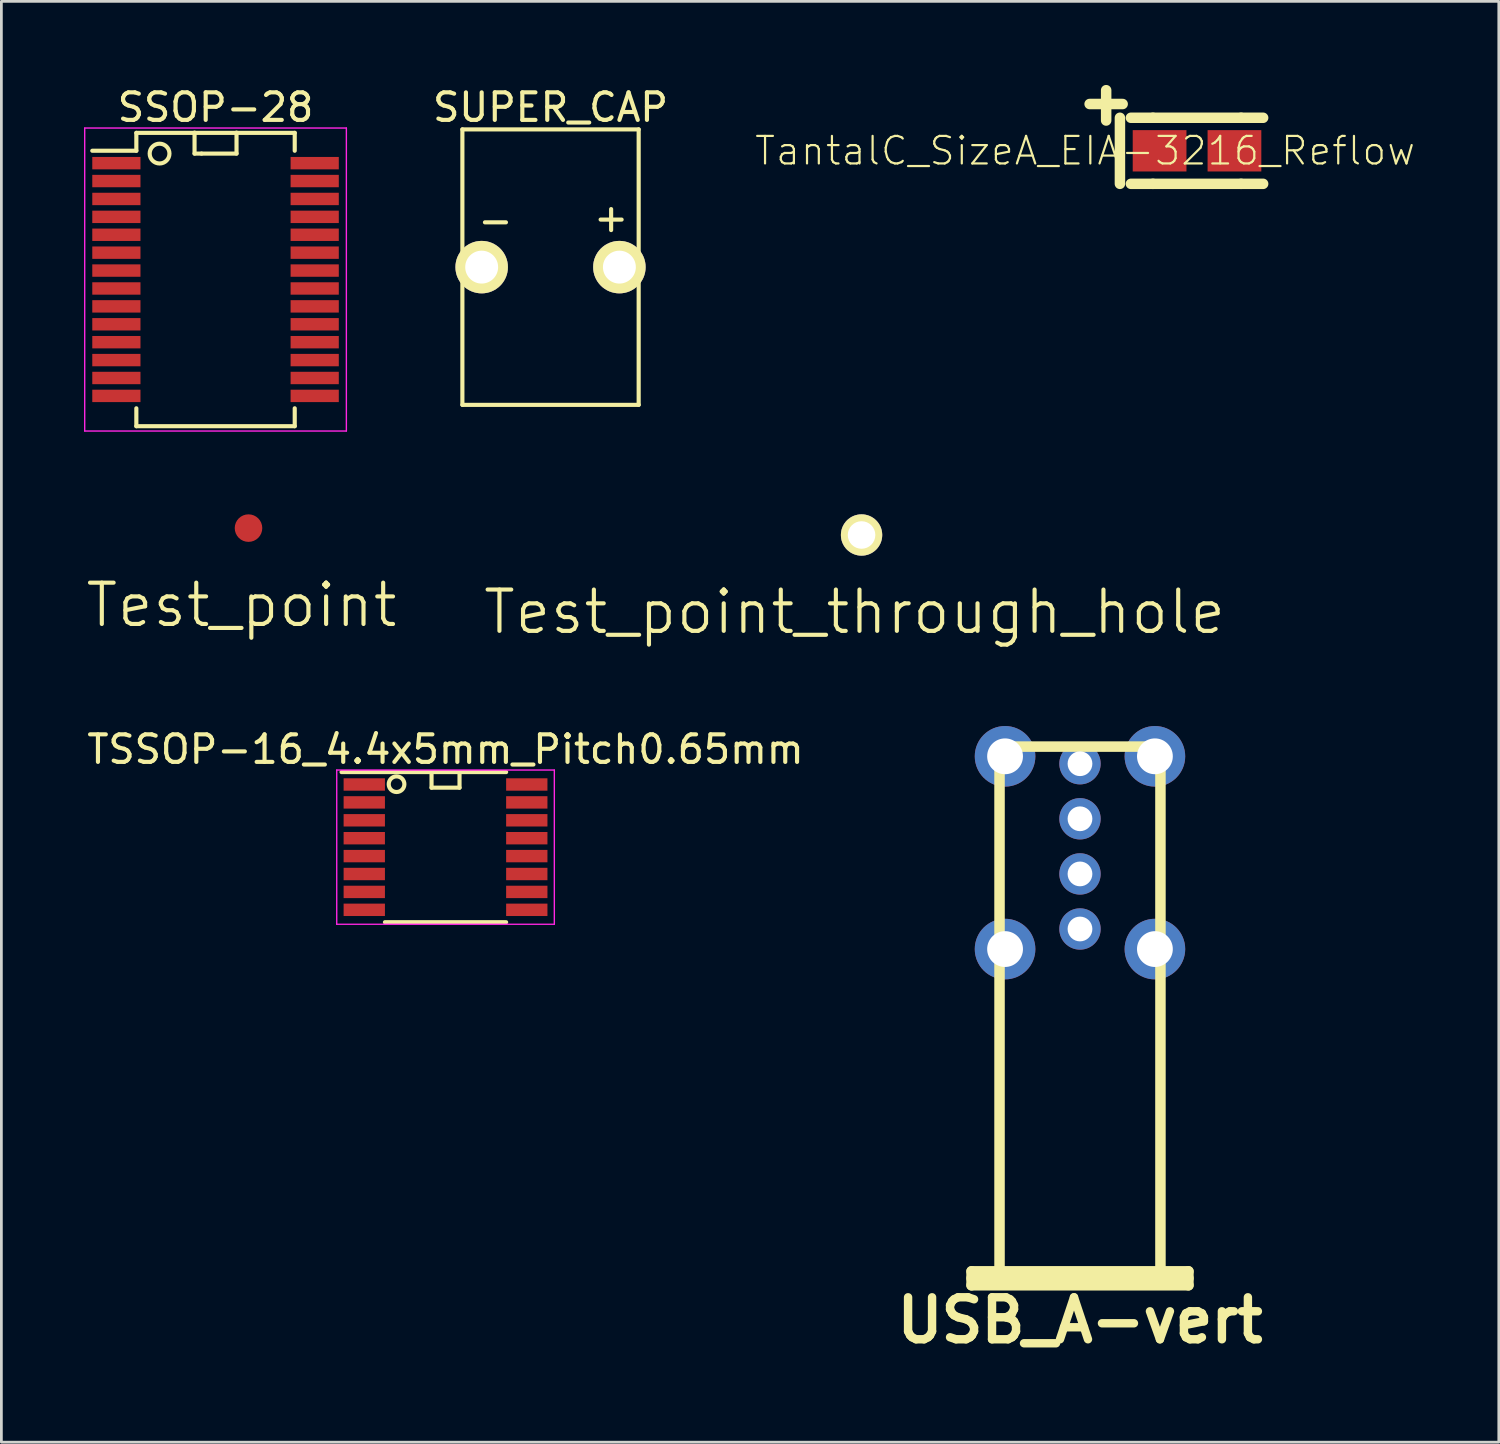
<source format=kicad_pcb>
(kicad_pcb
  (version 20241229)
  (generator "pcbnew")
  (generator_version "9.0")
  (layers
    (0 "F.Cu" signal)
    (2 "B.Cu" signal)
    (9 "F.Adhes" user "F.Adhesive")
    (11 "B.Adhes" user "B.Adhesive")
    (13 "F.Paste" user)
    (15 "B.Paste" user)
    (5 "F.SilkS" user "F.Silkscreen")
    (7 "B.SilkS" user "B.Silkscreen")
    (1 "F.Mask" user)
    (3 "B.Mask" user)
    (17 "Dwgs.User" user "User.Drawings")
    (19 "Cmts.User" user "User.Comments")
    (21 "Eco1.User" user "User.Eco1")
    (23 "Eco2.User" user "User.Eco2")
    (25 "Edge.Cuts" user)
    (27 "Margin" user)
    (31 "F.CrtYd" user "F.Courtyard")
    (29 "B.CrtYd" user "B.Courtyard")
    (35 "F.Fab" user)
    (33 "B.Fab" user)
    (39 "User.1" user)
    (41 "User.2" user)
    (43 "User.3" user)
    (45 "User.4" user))
  (footprint "TSSOP-16_4.4x5mm_Pitch0.65mm"
    (layer "F.Cu")
    (at 13.125 27.706)
    (property "Reference" "TSSOP-16_4.4x5mm_Pitch0.65mm" (at 0 -3.55 0) (layer "F.SilkS") (effects (font (size 1 1) (thickness 0.15))))
    (attr smd)
    (fp_line (start -3.775 -2.725) (end 2.2 -2.725) (stroke (width 0.15) (type solid)) (layer "F.SilkS"))
    (fp_line (start -2.2 2.725) (end 2.2 2.725) (stroke (width 0.15) (type solid)) (layer "F.SilkS"))
    (fp_line (start -0.508 -2.667) (end -0.508 -2.159) (stroke (width 0.15) (type solid)) (layer "F.SilkS"))
    (fp_line (start -0.508 -2.159) (end 0.508 -2.159) (stroke (width 0.15) (type solid)) (layer "F.SilkS"))
    (fp_line (start 0.508 -2.159) (end 0.508 -2.667) (stroke (width 0.15) (type solid)) (layer "F.SilkS"))
    (fp_circle (center -1.778 -2.286) (end -1.651 -2.032) (stroke (width 0.15) (type solid)) (fill no) (layer "F.SilkS"))
    (fp_line (start -3.95 -2.8) (end -3.95 2.8) (stroke (width 0.05) (type solid)) (layer "F.CrtYd"))
    (fp_line (start -3.95 -2.8) (end 3.95 -2.8) (stroke (width 0.05) (type solid)) (layer "F.CrtYd"))
    (fp_line (start -3.95 2.8) (end 3.95 2.8) (stroke (width 0.05) (type solid)) (layer "F.CrtYd"))
    (fp_line (start 3.95 -2.8) (end 3.95 2.8) (stroke (width 0.05) (type solid)) (layer "F.CrtYd"))
    (pad "1" smd rect (at -2.95 -2.275) (size 1.5 0.45) (layers "F.Cu" "F.Mask" "F.Paste"))
    (pad "2" smd rect (at -2.95 -1.625) (size 1.5 0.45) (layers "F.Cu" "F.Mask" "F.Paste"))
    (pad "3" smd rect (at -2.95 -0.975) (size 1.5 0.45) (layers "F.Cu" "F.Mask" "F.Paste"))
    (pad "4" smd rect (at -2.95 -0.325) (size 1.5 0.45) (layers "F.Cu" "F.Mask" "F.Paste"))
    (pad "5" smd rect (at -2.95 0.325) (size 1.5 0.45) (layers "F.Cu" "F.Mask" "F.Paste"))
    (pad "6" smd rect (at -2.95 0.975) (size 1.5 0.45) (layers "F.Cu" "F.Mask" "F.Paste"))
    (pad "7" smd rect (at -2.95 1.625) (size 1.5 0.45) (layers "F.Cu" "F.Mask" "F.Paste"))
    (pad "8" smd rect (at -2.95 2.275) (size 1.5 0.45) (layers "F.Cu" "F.Mask" "F.Paste"))
    (pad "9" smd rect (at 2.95 2.275) (size 1.5 0.45) (layers "F.Cu" "F.Mask" "F.Paste"))
    (pad "10" smd rect (at 2.95 1.625) (size 1.5 0.45) (layers "F.Cu" "F.Mask" "F.Paste"))
    (pad "11" smd rect (at 2.95 0.975) (size 1.5 0.45) (layers "F.Cu" "F.Mask" "F.Paste"))
    (pad "12" smd rect (at 2.95 0.325) (size 1.5 0.45) (layers "F.Cu" "F.Mask" "F.Paste"))
    (pad "13" smd rect (at 2.95 -0.325) (size 1.5 0.45) (layers "F.Cu" "F.Mask" "F.Paste"))
    (pad "14" smd rect (at 2.95 -0.975) (size 1.5 0.45) (layers "F.Cu" "F.Mask" "F.Paste"))
    (pad "15" smd rect (at 2.95 -1.625) (size 1.5 0.45) (layers "F.Cu" "F.Mask" "F.Paste"))
    (pad "16" smd rect (at 2.95 -2.275) (size 1.5 0.45) (layers "F.Cu" "F.Mask" "F.Paste")))
  (footprint "SSOP-28"
    (layer "F.Cu")
    (at 4.775 7.098)
    (property "Reference" "SSOP-28" (at 0 -6.25 0) (layer "F.SilkS") (effects (font (size 1 1) (thickness 0.15))))
    (attr smd)
    (fp_line (start -2.875 -5.325) (end -2.875 -4.675) (stroke (width 0.15) (type solid)) (layer "F.SilkS"))
    (fp_line (start -2.875 -5.325) (end 2.875 -5.325) (stroke (width 0.15) (type solid)) (layer "F.SilkS"))
    (fp_line (start -2.875 -4.675) (end -4.475 -4.675) (stroke (width 0.15) (type solid)) (layer "F.SilkS"))
    (fp_line (start -2.875 5.325) (end -2.875 4.675) (stroke (width 0.15) (type solid)) (layer "F.SilkS"))
    (fp_line (start -2.875 5.325) (end 2.875 5.325) (stroke (width 0.15) (type solid)) (layer "F.SilkS"))
    (fp_line (start -0.762 -4.572) (end -0.762 -5.334) (stroke (width 0.15) (type solid)) (layer "F.SilkS"))
    (fp_line (start -0.508 -4.572) (end -0.762 -4.572) (stroke (width 0.15) (type solid)) (layer "F.SilkS"))
    (fp_line (start -0.508 -4.572) (end 0.762 -4.572) (stroke (width 0.15) (type solid)) (layer "F.SilkS"))
    (fp_line (start 0.762 -4.572) (end 0.762 -5.334) (stroke (width 0.15) (type solid)) (layer "F.SilkS"))
    (fp_line (start 2.875 -5.325) (end 2.875 -4.675) (stroke (width 0.15) (type solid)) (layer "F.SilkS"))
    (fp_line (start 2.875 5.325) (end 2.875 4.675) (stroke (width 0.15) (type solid)) (layer "F.SilkS"))
    (fp_circle (center -2.032 -4.572) (end -1.778 -4.318) (stroke (width 0.15) (type solid)) (fill no) (layer "F.SilkS"))
    (fp_line (start -4.75 -5.5) (end -4.75 5.5) (stroke (width 0.05) (type solid)) (layer "F.CrtYd"))
    (fp_line (start -4.75 -5.5) (end 4.75 -5.5) (stroke (width 0.05) (type solid)) (layer "F.CrtYd"))
    (fp_line (start -4.75 5.5) (end 4.75 5.5) (stroke (width 0.05) (type solid)) (layer "F.CrtYd"))
    (fp_line (start 4.75 -5.5) (end 4.75 5.5) (stroke (width 0.05) (type solid)) (layer "F.CrtYd"))
    (pad "1" smd rect (at -3.6 -4.225) (size 1.75 0.45) (layers "F.Cu" "F.Mask" "F.Paste"))
    (pad "2" smd rect (at -3.6 -3.575) (size 1.75 0.45) (layers "F.Cu" "F.Mask" "F.Paste"))
    (pad "3" smd rect (at -3.6 -2.925) (size 1.75 0.45) (layers "F.Cu" "F.Mask" "F.Paste"))
    (pad "4" smd rect (at -3.6 -2.275) (size 1.75 0.45) (layers "F.Cu" "F.Mask" "F.Paste"))
    (pad "5" smd rect (at -3.6 -1.625) (size 1.75 0.45) (layers "F.Cu" "F.Mask" "F.Paste"))
    (pad "6" smd rect (at -3.6 -0.975) (size 1.75 0.45) (layers "F.Cu" "F.Mask" "F.Paste"))
    (pad "7" smd rect (at -3.6 -0.325) (size 1.75 0.45) (layers "F.Cu" "F.Mask" "F.Paste"))
    (pad "8" smd rect (at -3.6 0.325) (size 1.75 0.45) (layers "F.Cu" "F.Mask" "F.Paste"))
    (pad "9" smd rect (at -3.6 0.975) (size 1.75 0.45) (layers "F.Cu" "F.Mask" "F.Paste"))
    (pad "10" smd rect (at -3.6 1.625) (size 1.75 0.45) (layers "F.Cu" "F.Mask" "F.Paste"))
    (pad "11" smd rect (at -3.6 2.275) (size 1.75 0.45) (layers "F.Cu" "F.Mask" "F.Paste"))
    (pad "12" smd rect (at -3.6 2.925) (size 1.75 0.45) (layers "F.Cu" "F.Mask" "F.Paste"))
    (pad "13" smd rect (at -3.6 3.575) (size 1.75 0.45) (layers "F.Cu" "F.Mask" "F.Paste"))
    (pad "14" smd rect (at -3.6 4.225) (size 1.75 0.45) (layers "F.Cu" "F.Mask" "F.Paste"))
    (pad "15" smd rect (at 3.6 4.225) (size 1.75 0.45) (layers "F.Cu" "F.Mask" "F.Paste"))
    (pad "16" smd rect (at 3.6 3.575) (size 1.75 0.45) (layers "F.Cu" "F.Mask" "F.Paste"))
    (pad "17" smd rect (at 3.6 2.925) (size 1.75 0.45) (layers "F.Cu" "F.Mask" "F.Paste"))
    (pad "18" smd rect (at 3.6 2.275) (size 1.75 0.45) (layers "F.Cu" "F.Mask" "F.Paste"))
    (pad "19" smd rect (at 3.6 1.625) (size 1.75 0.45) (layers "F.Cu" "F.Mask" "F.Paste"))
    (pad "20" smd rect (at 3.6 0.975) (size 1.75 0.45) (layers "F.Cu" "F.Mask" "F.Paste"))
    (pad "21" smd rect (at 3.6 0.325) (size 1.75 0.45) (layers "F.Cu" "F.Mask" "F.Paste"))
    (pad "22" smd rect (at 3.6 -0.325) (size 1.75 0.45) (layers "F.Cu" "F.Mask" "F.Paste"))
    (pad "23" smd rect (at 3.6 -0.975) (size 1.75 0.45) (layers "F.Cu" "F.Mask" "F.Paste"))
    (pad "24" smd rect (at 3.6 -1.625) (size 1.75 0.45) (layers "F.Cu" "F.Mask" "F.Paste"))
    (pad "25" smd rect (at 3.6 -2.275) (size 1.75 0.45) (layers "F.Cu" "F.Mask" "F.Paste"))
    (pad "26" smd rect (at 3.6 -2.925) (size 1.75 0.45) (layers "F.Cu" "F.Mask" "F.Paste"))
    (pad "27" smd rect (at 3.6 -3.575) (size 1.75 0.45) (layers "F.Cu" "F.Mask" "F.Paste"))
    (pad "28" smd rect (at 3.6 -4.225) (size 1.75 0.45) (layers "F.Cu" "F.Mask" "F.Paste")))
  (footprint "USB_A-vert"
    (layer "F.Cu")
    (at 36.159 33.707)
    (property "Reference" "USB_A-vert" (at 0 11.176 0) (layer "F.SilkS") (effects (font (size 1.524 1.524) (thickness 0.305))))
    (attr through_hole)
    (fp_line (start -3.937 9.398) (end -3.937 9.906) (stroke (width 0.381) (type solid)) (layer "F.SilkS"))
    (fp_line (start -3.937 9.906) (end 3.937 9.906) (stroke (width 0.381) (type solid)) (layer "F.SilkS"))
    (fp_line (start -2.921 -9.652) (end -2.921 9.652) (stroke (width 0.381) (type solid)) (layer "F.SilkS"))
    (fp_line (start 2.921 -9.652) (end -2.921 -9.652) (stroke (width 0.381) (type solid)) (layer "F.SilkS"))
    (fp_line (start 2.921 9.652) (end 2.921 -9.652) (stroke (width 0.381) (type solid)) (layer "F.SilkS"))
    (fp_line (start 3.937 9.398) (end -3.937 9.398) (stroke (width 0.381) (type solid)) (layer "F.SilkS"))
    (fp_line (start 3.937 9.652) (end -3.937 9.652) (stroke (width 0.381) (type solid)) (layer "F.SilkS"))
    (fp_line (start 3.937 9.906) (end 3.937 9.398) (stroke (width 0.381) (type solid)) (layer "F.SilkS"))
    (pad "1" thru_hole circle (at 0 -3.03) (size 1.501 1.501) (drill 0.899) (layers "*.Cu" "*.Mask"))
    (pad "2" thru_hole circle (at 0 -5.029) (size 1.501 1.501) (drill 0.899) (layers "*.Cu" "*.Mask"))
    (pad "3" thru_hole circle (at 0 -7.031) (size 1.501 1.501) (drill 0.899) (layers "*.Cu" "*.Mask"))
    (pad "4" thru_hole circle (at 0 -9.03) (size 1.501 1.501) (drill 0.899) (layers "*.Cu" "*.Mask"))
    (pad "5" thru_hole circle (at -2.72 -9.299) (size 2.2 2.2) (drill 1.3) (layers "*.Cu" "*.Mask"))
    (pad "5" thru_hole circle (at -2.72 -2.301) (size 2.2 2.2) (drill 1.3) (layers "*.Cu" "*.Mask"))
    (pad "5" thru_hole circle (at 2.72 -9.299) (size 2.2 2.2) (drill 1.3) (layers "*.Cu" "*.Mask"))
    (pad "5" thru_hole circle (at 2.72 -2.301) (size 2.2 2.2) (drill 1.3) (layers "*.Cu" "*.Mask")))
  (footprint "Test_point"
    (layer "F.Cu")
    (at 5.972 16.123)
    (property "Reference" "Test_point" (at -0.254 2.794 0) (layer "F.SilkS") (effects (font (size 1.5 1.5) (thickness 0.15))))
    (attr through_hole)
    (pad "1" smd circle (at 0 0) (size 1 1) (layers "F.Cu" "F.Mask" "F.Paste")))
  (footprint "TantalC_SizeA_EIA-3216_Reflow"
    (placed yes)
    (layer "F.Cu")
    (at 40.408 2.425)
    (property "Reference" "TantalC_SizeA_EIA-3216_Reflow" (at -4.064 0 0) (layer "F.SilkS") (effects (font (size 1 1) (thickness 0.08))))
    (attr smd)
    (fp_line (start -3.899 -1.699) (end -2.7 -1.699) (stroke (width 0.381) (type solid)) (layer "F.SilkS"))
    (fp_line (start -3.299 -2.2) (end -3.299 -1.1) (stroke (width 0.381) (type solid)) (layer "F.SilkS"))
    (fp_line (start -2.799 -1.199) (end -2.799 1.199) (stroke (width 0.381) (type solid)) (layer "F.SilkS"))
    (fp_line (start -1.6 -1.199) (end -2.4 -1.199) (stroke (width 0.381) (type solid)) (layer "F.SilkS"))
    (fp_line (start -1.6 1.199) (end -2.4 1.199) (stroke (width 0.381) (type solid)) (layer "F.SilkS"))
    (fp_line (start 1.6 -1.199) (end -1.6 -1.199) (stroke (width 0.381) (type solid)) (layer "F.SilkS"))
    (fp_line (start 1.6 -1.199) (end 2.4 -1.199) (stroke (width 0.381) (type solid)) (layer "F.SilkS"))
    (fp_line (start 1.6 1.199) (end -1.6 1.199) (stroke (width 0.381) (type solid)) (layer "F.SilkS"))
    (fp_line (start 1.6 1.199) (end 2.4 1.199) (stroke (width 0.381) (type solid)) (layer "F.SilkS"))
    (fp_text user "+" (at -3.299 -1.699 0) (layer "F.SilkS") (effects (font (size 1 1) (thickness 0.08))))
    (pad "1" smd rect (at -1.359 0) (size 1.951 1.501) (layers "F.Cu" "F.Mask" "F.Paste"))
    (pad "2" smd rect (at 1.359 0) (size 1.951 1.501) (layers "F.Cu" "F.Mask" "F.Paste")))
  (footprint "SUPER_CAP"
    (layer "F.Cu")
    (at 16.937 6.648)
    (property "Reference" "SUPER_CAP" (at 0 -5.8 0) (layer "F.SilkS") (effects (font (size 1 1) (thickness 0.15))))
    (attr through_hole)
    (fp_line (start -3.2 -5) (end 3.2 -5) (stroke (width 0.15) (type solid)) (layer "F.SilkS"))
    (fp_line (start -3.2 5) (end -3.2 -5) (stroke (width 0.15) (type solid)) (layer "F.SilkS"))
    (fp_line (start -3.2 5) (end 3.2 5) (stroke (width 0.15) (type solid)) (layer "F.SilkS"))
    (fp_line (start 3.2 5) (end 3.2 -5) (stroke (width 0.15) (type solid)) (layer "F.SilkS"))
    (fp_text user "+" (at 2.2 -1.8 0) (layer "F.SilkS") (effects (font (size 1 1) (thickness 0.15))))
    (fp_text user "-" (at -2 -1.7 0) (layer "F.SilkS") (effects (font (size 1 1) (thickness 0.15))))
    (pad "1" thru_hole circle (at 2.5 0) (size 1.905 1.905) (drill 1.194) (layers "*.Cu" "*.Mask" "F.SilkS"))
    (pad "2" thru_hole circle (at -2.5 0) (size 1.905 1.905) (drill 1.194) (layers "*.Cu" "*.Mask" "F.SilkS")))
  (footprint "Test_point_through_hole"
    (layer "F.Cu")
    (at 28.229 16.373)
    (property "Reference" "Test_point_through_hole" (at -0.254 2.794 0) (layer "F.SilkS") (effects (font (size 1.5 1.5) (thickness 0.15))))
    (attr through_hole)
    (pad "1" thru_hole circle (at 0 0) (size 1.5 1.5) (drill 1) (layers "*.Cu" "*.Mask" "F.SilkS")))
  (gr_rect
    (start -3 -3)
    (end 51.364 49.309)
    (stroke (width 0.1) (type default))
    (fill no)
    (layer "Edge.Cuts")))
</source>
